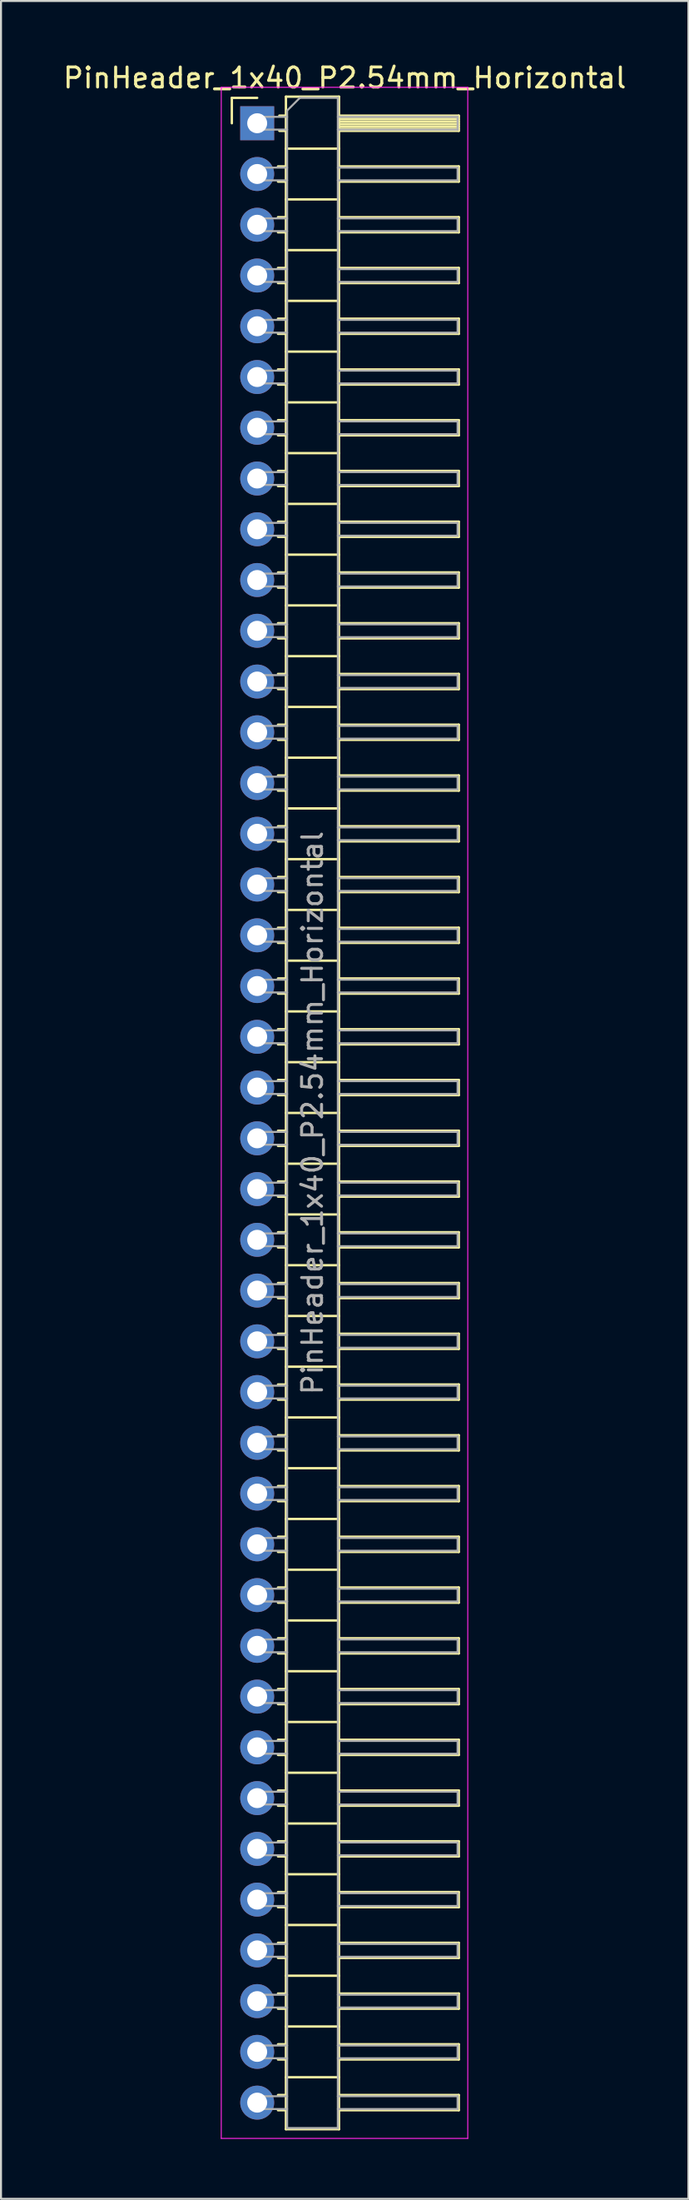
<source format=kicad_pcb>
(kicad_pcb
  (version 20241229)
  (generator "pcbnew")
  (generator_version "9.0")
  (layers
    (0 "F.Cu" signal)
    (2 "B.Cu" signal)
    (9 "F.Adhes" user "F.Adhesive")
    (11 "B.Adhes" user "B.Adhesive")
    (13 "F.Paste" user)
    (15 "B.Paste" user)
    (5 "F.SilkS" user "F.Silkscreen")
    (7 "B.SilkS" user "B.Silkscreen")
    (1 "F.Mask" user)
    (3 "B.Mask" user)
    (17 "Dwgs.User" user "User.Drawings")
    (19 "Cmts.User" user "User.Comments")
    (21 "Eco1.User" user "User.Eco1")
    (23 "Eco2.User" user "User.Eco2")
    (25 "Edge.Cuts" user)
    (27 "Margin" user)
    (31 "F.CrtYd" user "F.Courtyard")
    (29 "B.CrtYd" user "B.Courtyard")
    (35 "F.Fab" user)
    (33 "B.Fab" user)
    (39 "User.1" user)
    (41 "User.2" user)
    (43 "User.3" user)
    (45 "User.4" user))
  (footprint "PinHeader_1x40_P2.54mm_Horizontal"
    (layer "F.Cu")
    (at 9.835 3.118)
    (property "Reference" "PinHeader_1x40_P2.54mm_Horizontal" (at 4.385 -2.27 0) (layer "F.SilkS") (effects (font (size 1 1) (thickness 0.15))))
    (attr through_hole)
    (fp_line (start -1.27 -1.27) (end 0 -1.27) (stroke (width 0.12) (type solid)) (layer "F.SilkS"))
    (fp_line (start -1.27 0) (end -1.27 -1.27) (stroke (width 0.12) (type solid)) (layer "F.SilkS"))
    (fp_line (start 1.043 2.16) (end 1.44 2.16) (stroke (width 0.12) (type solid)) (layer "F.SilkS"))
    (fp_line (start 1.043 2.92) (end 1.44 2.92) (stroke (width 0.12) (type solid)) (layer "F.SilkS"))
    (fp_line (start 1.043 4.7) (end 1.44 4.7) (stroke (width 0.12) (type solid)) (layer "F.SilkS"))
    (fp_line (start 1.043 5.46) (end 1.44 5.46) (stroke (width 0.12) (type solid)) (layer "F.SilkS"))
    (fp_line (start 1.043 7.24) (end 1.44 7.24) (stroke (width 0.12) (type solid)) (layer "F.SilkS"))
    (fp_line (start 1.043 8) (end 1.44 8) (stroke (width 0.12) (type solid)) (layer "F.SilkS"))
    (fp_line (start 1.043 9.78) (end 1.44 9.78) (stroke (width 0.12) (type solid)) (layer "F.SilkS"))
    (fp_line (start 1.043 10.54) (end 1.44 10.54) (stroke (width 0.12) (type solid)) (layer "F.SilkS"))
    (fp_line (start 1.043 12.32) (end 1.44 12.32) (stroke (width 0.12) (type solid)) (layer "F.SilkS"))
    (fp_line (start 1.043 13.08) (end 1.44 13.08) (stroke (width 0.12) (type solid)) (layer "F.SilkS"))
    (fp_line (start 1.043 14.86) (end 1.44 14.86) (stroke (width 0.12) (type solid)) (layer "F.SilkS"))
    (fp_line (start 1.043 15.62) (end 1.44 15.62) (stroke (width 0.12) (type solid)) (layer "F.SilkS"))
    (fp_line (start 1.043 17.4) (end 1.44 17.4) (stroke (width 0.12) (type solid)) (layer "F.SilkS"))
    (fp_line (start 1.043 18.16) (end 1.44 18.16) (stroke (width 0.12) (type solid)) (layer "F.SilkS"))
    (fp_line (start 1.043 19.94) (end 1.44 19.94) (stroke (width 0.12) (type solid)) (layer "F.SilkS"))
    (fp_line (start 1.043 20.7) (end 1.44 20.7) (stroke (width 0.12) (type solid)) (layer "F.SilkS"))
    (fp_line (start 1.043 22.48) (end 1.44 22.48) (stroke (width 0.12) (type solid)) (layer "F.SilkS"))
    (fp_line (start 1.043 23.24) (end 1.44 23.24) (stroke (width 0.12) (type solid)) (layer "F.SilkS"))
    (fp_line (start 1.043 25.02) (end 1.44 25.02) (stroke (width 0.12) (type solid)) (layer "F.SilkS"))
    (fp_line (start 1.043 25.78) (end 1.44 25.78) (stroke (width 0.12) (type solid)) (layer "F.SilkS"))
    (fp_line (start 1.043 27.56) (end 1.44 27.56) (stroke (width 0.12) (type solid)) (layer "F.SilkS"))
    (fp_line (start 1.043 28.32) (end 1.44 28.32) (stroke (width 0.12) (type solid)) (layer "F.SilkS"))
    (fp_line (start 1.043 30.1) (end 1.44 30.1) (stroke (width 0.12) (type solid)) (layer "F.SilkS"))
    (fp_line (start 1.043 30.86) (end 1.44 30.86) (stroke (width 0.12) (type solid)) (layer "F.SilkS"))
    (fp_line (start 1.043 32.64) (end 1.44 32.64) (stroke (width 0.12) (type solid)) (layer "F.SilkS"))
    (fp_line (start 1.043 33.4) (end 1.44 33.4) (stroke (width 0.12) (type solid)) (layer "F.SilkS"))
    (fp_line (start 1.043 35.18) (end 1.44 35.18) (stroke (width 0.12) (type solid)) (layer "F.SilkS"))
    (fp_line (start 1.043 35.94) (end 1.44 35.94) (stroke (width 0.12) (type solid)) (layer "F.SilkS"))
    (fp_line (start 1.043 37.72) (end 1.44 37.72) (stroke (width 0.12) (type solid)) (layer "F.SilkS"))
    (fp_line (start 1.043 38.48) (end 1.44 38.48) (stroke (width 0.12) (type solid)) (layer "F.SilkS"))
    (fp_line (start 1.043 40.26) (end 1.44 40.26) (stroke (width 0.12) (type solid)) (layer "F.SilkS"))
    (fp_line (start 1.043 41.02) (end 1.44 41.02) (stroke (width 0.12) (type solid)) (layer "F.SilkS"))
    (fp_line (start 1.043 42.8) (end 1.44 42.8) (stroke (width 0.12) (type solid)) (layer "F.SilkS"))
    (fp_line (start 1.043 43.56) (end 1.44 43.56) (stroke (width 0.12) (type solid)) (layer "F.SilkS"))
    (fp_line (start 1.043 45.34) (end 1.44 45.34) (stroke (width 0.12) (type solid)) (layer "F.SilkS"))
    (fp_line (start 1.043 46.1) (end 1.44 46.1) (stroke (width 0.12) (type solid)) (layer "F.SilkS"))
    (fp_line (start 1.043 47.88) (end 1.44 47.88) (stroke (width 0.12) (type solid)) (layer "F.SilkS"))
    (fp_line (start 1.043 48.64) (end 1.44 48.64) (stroke (width 0.12) (type solid)) (layer "F.SilkS"))
    (fp_line (start 1.043 50.42) (end 1.44 50.42) (stroke (width 0.12) (type solid)) (layer "F.SilkS"))
    (fp_line (start 1.043 51.18) (end 1.44 51.18) (stroke (width 0.12) (type solid)) (layer "F.SilkS"))
    (fp_line (start 1.043 52.96) (end 1.44 52.96) (stroke (width 0.12) (type solid)) (layer "F.SilkS"))
    (fp_line (start 1.043 53.72) (end 1.44 53.72) (stroke (width 0.12) (type solid)) (layer "F.SilkS"))
    (fp_line (start 1.043 55.5) (end 1.44 55.5) (stroke (width 0.12) (type solid)) (layer "F.SilkS"))
    (fp_line (start 1.043 56.26) (end 1.44 56.26) (stroke (width 0.12) (type solid)) (layer "F.SilkS"))
    (fp_line (start 1.043 58.04) (end 1.44 58.04) (stroke (width 0.12) (type solid)) (layer "F.SilkS"))
    (fp_line (start 1.043 58.8) (end 1.44 58.8) (stroke (width 0.12) (type solid)) (layer "F.SilkS"))
    (fp_line (start 1.043 60.58) (end 1.44 60.58) (stroke (width 0.12) (type solid)) (layer "F.SilkS"))
    (fp_line (start 1.043 61.34) (end 1.44 61.34) (stroke (width 0.12) (type solid)) (layer "F.SilkS"))
    (fp_line (start 1.043 63.12) (end 1.44 63.12) (stroke (width 0.12) (type solid)) (layer "F.SilkS"))
    (fp_line (start 1.043 63.88) (end 1.44 63.88) (stroke (width 0.12) (type solid)) (layer "F.SilkS"))
    (fp_line (start 1.043 65.66) (end 1.44 65.66) (stroke (width 0.12) (type solid)) (layer "F.SilkS"))
    (fp_line (start 1.043 66.42) (end 1.44 66.42) (stroke (width 0.12) (type solid)) (layer "F.SilkS"))
    (fp_line (start 1.043 68.2) (end 1.44 68.2) (stroke (width 0.12) (type solid)) (layer "F.SilkS"))
    (fp_line (start 1.043 68.96) (end 1.44 68.96) (stroke (width 0.12) (type solid)) (layer "F.SilkS"))
    (fp_line (start 1.043 70.74) (end 1.44 70.74) (stroke (width 0.12) (type solid)) (layer "F.SilkS"))
    (fp_line (start 1.043 71.5) (end 1.44 71.5) (stroke (width 0.12) (type solid)) (layer "F.SilkS"))
    (fp_line (start 1.043 73.28) (end 1.44 73.28) (stroke (width 0.12) (type solid)) (layer "F.SilkS"))
    (fp_line (start 1.043 74.04) (end 1.44 74.04) (stroke (width 0.12) (type solid)) (layer "F.SilkS"))
    (fp_line (start 1.043 75.82) (end 1.44 75.82) (stroke (width 0.12) (type solid)) (layer "F.SilkS"))
    (fp_line (start 1.043 76.58) (end 1.44 76.58) (stroke (width 0.12) (type solid)) (layer "F.SilkS"))
    (fp_line (start 1.043 78.36) (end 1.44 78.36) (stroke (width 0.12) (type solid)) (layer "F.SilkS"))
    (fp_line (start 1.043 79.12) (end 1.44 79.12) (stroke (width 0.12) (type solid)) (layer "F.SilkS"))
    (fp_line (start 1.043 80.9) (end 1.44 80.9) (stroke (width 0.12) (type solid)) (layer "F.SilkS"))
    (fp_line (start 1.043 81.66) (end 1.44 81.66) (stroke (width 0.12) (type solid)) (layer "F.SilkS"))
    (fp_line (start 1.043 83.44) (end 1.44 83.44) (stroke (width 0.12) (type solid)) (layer "F.SilkS"))
    (fp_line (start 1.043 84.2) (end 1.44 84.2) (stroke (width 0.12) (type solid)) (layer "F.SilkS"))
    (fp_line (start 1.043 85.98) (end 1.44 85.98) (stroke (width 0.12) (type solid)) (layer "F.SilkS"))
    (fp_line (start 1.043 86.74) (end 1.44 86.74) (stroke (width 0.12) (type solid)) (layer "F.SilkS"))
    (fp_line (start 1.043 88.52) (end 1.44 88.52) (stroke (width 0.12) (type solid)) (layer "F.SilkS"))
    (fp_line (start 1.043 89.28) (end 1.44 89.28) (stroke (width 0.12) (type solid)) (layer "F.SilkS"))
    (fp_line (start 1.043 91.06) (end 1.44 91.06) (stroke (width 0.12) (type solid)) (layer "F.SilkS"))
    (fp_line (start 1.043 91.82) (end 1.44 91.82) (stroke (width 0.12) (type solid)) (layer "F.SilkS"))
    (fp_line (start 1.043 93.6) (end 1.44 93.6) (stroke (width 0.12) (type solid)) (layer "F.SilkS"))
    (fp_line (start 1.043 94.36) (end 1.44 94.36) (stroke (width 0.12) (type solid)) (layer "F.SilkS"))
    (fp_line (start 1.043 96.14) (end 1.44 96.14) (stroke (width 0.12) (type solid)) (layer "F.SilkS"))
    (fp_line (start 1.043 96.9) (end 1.44 96.9) (stroke (width 0.12) (type solid)) (layer "F.SilkS"))
    (fp_line (start 1.043 98.68) (end 1.44 98.68) (stroke (width 0.12) (type solid)) (layer "F.SilkS"))
    (fp_line (start 1.043 99.44) (end 1.44 99.44) (stroke (width 0.12) (type solid)) (layer "F.SilkS"))
    (fp_line (start 1.11 -0.38) (end 1.44 -0.38) (stroke (width 0.12) (type solid)) (layer "F.SilkS"))
    (fp_line (start 1.11 0.38) (end 1.44 0.38) (stroke (width 0.12) (type solid)) (layer "F.SilkS"))
    (fp_line (start 1.44 -1.33) (end 1.44 100.39) (stroke (width 0.12) (type solid)) (layer "F.SilkS"))
    (fp_line (start 1.44 1.27) (end 4.1 1.27) (stroke (width 0.12) (type solid)) (layer "F.SilkS"))
    (fp_line (start 1.44 3.81) (end 4.1 3.81) (stroke (width 0.12) (type solid)) (layer "F.SilkS"))
    (fp_line (start 1.44 6.35) (end 4.1 6.35) (stroke (width 0.12) (type solid)) (layer "F.SilkS"))
    (fp_line (start 1.44 8.89) (end 4.1 8.89) (stroke (width 0.12) (type solid)) (layer "F.SilkS"))
    (fp_line (start 1.44 11.43) (end 4.1 11.43) (stroke (width 0.12) (type solid)) (layer "F.SilkS"))
    (fp_line (start 1.44 13.97) (end 4.1 13.97) (stroke (width 0.12) (type solid)) (layer "F.SilkS"))
    (fp_line (start 1.44 16.51) (end 4.1 16.51) (stroke (width 0.12) (type solid)) (layer "F.SilkS"))
    (fp_line (start 1.44 19.05) (end 4.1 19.05) (stroke (width 0.12) (type solid)) (layer "F.SilkS"))
    (fp_line (start 1.44 21.59) (end 4.1 21.59) (stroke (width 0.12) (type solid)) (layer "F.SilkS"))
    (fp_line (start 1.44 24.13) (end 4.1 24.13) (stroke (width 0.12) (type solid)) (layer "F.SilkS"))
    (fp_line (start 1.44 26.67) (end 4.1 26.67) (stroke (width 0.12) (type solid)) (layer "F.SilkS"))
    (fp_line (start 1.44 29.21) (end 4.1 29.21) (stroke (width 0.12) (type solid)) (layer "F.SilkS"))
    (fp_line (start 1.44 31.75) (end 4.1 31.75) (stroke (width 0.12) (type solid)) (layer "F.SilkS"))
    (fp_line (start 1.44 34.29) (end 4.1 34.29) (stroke (width 0.12) (type solid)) (layer "F.SilkS"))
    (fp_line (start 1.44 36.83) (end 4.1 36.83) (stroke (width 0.12) (type solid)) (layer "F.SilkS"))
    (fp_line (start 1.44 39.37) (end 4.1 39.37) (stroke (width 0.12) (type solid)) (layer "F.SilkS"))
    (fp_line (start 1.44 41.91) (end 4.1 41.91) (stroke (width 0.12) (type solid)) (layer "F.SilkS"))
    (fp_line (start 1.44 44.45) (end 4.1 44.45) (stroke (width 0.12) (type solid)) (layer "F.SilkS"))
    (fp_line (start 1.44 46.99) (end 4.1 46.99) (stroke (width 0.12) (type solid)) (layer "F.SilkS"))
    (fp_line (start 1.44 49.53) (end 4.1 49.53) (stroke (width 0.12) (type solid)) (layer "F.SilkS"))
    (fp_line (start 1.44 52.07) (end 4.1 52.07) (stroke (width 0.12) (type solid)) (layer "F.SilkS"))
    (fp_line (start 1.44 54.61) (end 4.1 54.61) (stroke (width 0.12) (type solid)) (layer "F.SilkS"))
    (fp_line (start 1.44 57.15) (end 4.1 57.15) (stroke (width 0.12) (type solid)) (layer "F.SilkS"))
    (fp_line (start 1.44 59.69) (end 4.1 59.69) (stroke (width 0.12) (type solid)) (layer "F.SilkS"))
    (fp_line (start 1.44 62.23) (end 4.1 62.23) (stroke (width 0.12) (type solid)) (layer "F.SilkS"))
    (fp_line (start 1.44 64.77) (end 4.1 64.77) (stroke (width 0.12) (type solid)) (layer "F.SilkS"))
    (fp_line (start 1.44 67.31) (end 4.1 67.31) (stroke (width 0.12) (type solid)) (layer "F.SilkS"))
    (fp_line (start 1.44 69.85) (end 4.1 69.85) (stroke (width 0.12) (type solid)) (layer "F.SilkS"))
    (fp_line (start 1.44 72.39) (end 4.1 72.39) (stroke (width 0.12) (type solid)) (layer "F.SilkS"))
    (fp_line (start 1.44 74.93) (end 4.1 74.93) (stroke (width 0.12) (type solid)) (layer "F.SilkS"))
    (fp_line (start 1.44 77.47) (end 4.1 77.47) (stroke (width 0.12) (type solid)) (layer "F.SilkS"))
    (fp_line (start 1.44 80.01) (end 4.1 80.01) (stroke (width 0.12) (type solid)) (layer "F.SilkS"))
    (fp_line (start 1.44 82.55) (end 4.1 82.55) (stroke (width 0.12) (type solid)) (layer "F.SilkS"))
    (fp_line (start 1.44 85.09) (end 4.1 85.09) (stroke (width 0.12) (type solid)) (layer "F.SilkS"))
    (fp_line (start 1.44 87.63) (end 4.1 87.63) (stroke (width 0.12) (type solid)) (layer "F.SilkS"))
    (fp_line (start 1.44 90.17) (end 4.1 90.17) (stroke (width 0.12) (type solid)) (layer "F.SilkS"))
    (fp_line (start 1.44 92.71) (end 4.1 92.71) (stroke (width 0.12) (type solid)) (layer "F.SilkS"))
    (fp_line (start 1.44 95.25) (end 4.1 95.25) (stroke (width 0.12) (type solid)) (layer "F.SilkS"))
    (fp_line (start 1.44 97.79) (end 4.1 97.79) (stroke (width 0.12) (type solid)) (layer "F.SilkS"))
    (fp_line (start 1.44 100.39) (end 4.1 100.39) (stroke (width 0.12) (type solid)) (layer "F.SilkS"))
    (fp_line (start 4.1 -1.33) (end 1.44 -1.33) (stroke (width 0.12) (type solid)) (layer "F.SilkS"))
    (fp_line (start 4.1 -0.38) (end 10.1 -0.38) (stroke (width 0.12) (type solid)) (layer "F.SilkS"))
    (fp_line (start 4.1 -0.32) (end 10.1 -0.32) (stroke (width 0.12) (type solid)) (layer "F.SilkS"))
    (fp_line (start 4.1 -0.2) (end 10.1 -0.2) (stroke (width 0.12) (type solid)) (layer "F.SilkS"))
    (fp_line (start 4.1 -0.08) (end 10.1 -0.08) (stroke (width 0.12) (type solid)) (layer "F.SilkS"))
    (fp_line (start 4.1 0.04) (end 10.1 0.04) (stroke (width 0.12) (type solid)) (layer "F.SilkS"))
    (fp_line (start 4.1 0.16) (end 10.1 0.16) (stroke (width 0.12) (type solid)) (layer "F.SilkS"))
    (fp_line (start 4.1 0.28) (end 10.1 0.28) (stroke (width 0.12) (type solid)) (layer "F.SilkS"))
    (fp_line (start 4.1 2.16) (end 10.1 2.16) (stroke (width 0.12) (type solid)) (layer "F.SilkS"))
    (fp_line (start 4.1 4.7) (end 10.1 4.7) (stroke (width 0.12) (type solid)) (layer "F.SilkS"))
    (fp_line (start 4.1 7.24) (end 10.1 7.24) (stroke (width 0.12) (type solid)) (layer "F.SilkS"))
    (fp_line (start 4.1 9.78) (end 10.1 9.78) (stroke (width 0.12) (type solid)) (layer "F.SilkS"))
    (fp_line (start 4.1 12.32) (end 10.1 12.32) (stroke (width 0.12) (type solid)) (layer "F.SilkS"))
    (fp_line (start 4.1 14.86) (end 10.1 14.86) (stroke (width 0.12) (type solid)) (layer "F.SilkS"))
    (fp_line (start 4.1 17.4) (end 10.1 17.4) (stroke (width 0.12) (type solid)) (layer "F.SilkS"))
    (fp_line (start 4.1 19.94) (end 10.1 19.94) (stroke (width 0.12) (type solid)) (layer "F.SilkS"))
    (fp_line (start 4.1 22.48) (end 10.1 22.48) (stroke (width 0.12) (type solid)) (layer "F.SilkS"))
    (fp_line (start 4.1 25.02) (end 10.1 25.02) (stroke (width 0.12) (type solid)) (layer "F.SilkS"))
    (fp_line (start 4.1 27.56) (end 10.1 27.56) (stroke (width 0.12) (type solid)) (layer "F.SilkS"))
    (fp_line (start 4.1 30.1) (end 10.1 30.1) (stroke (width 0.12) (type solid)) (layer "F.SilkS"))
    (fp_line (start 4.1 32.64) (end 10.1 32.64) (stroke (width 0.12) (type solid)) (layer "F.SilkS"))
    (fp_line (start 4.1 35.18) (end 10.1 35.18) (stroke (width 0.12) (type solid)) (layer "F.SilkS"))
    (fp_line (start 4.1 37.72) (end 10.1 37.72) (stroke (width 0.12) (type solid)) (layer "F.SilkS"))
    (fp_line (start 4.1 40.26) (end 10.1 40.26) (stroke (width 0.12) (type solid)) (layer "F.SilkS"))
    (fp_line (start 4.1 42.8) (end 10.1 42.8) (stroke (width 0.12) (type solid)) (layer "F.SilkS"))
    (fp_line (start 4.1 45.34) (end 10.1 45.34) (stroke (width 0.12) (type solid)) (layer "F.SilkS"))
    (fp_line (start 4.1 47.88) (end 10.1 47.88) (stroke (width 0.12) (type solid)) (layer "F.SilkS"))
    (fp_line (start 4.1 50.42) (end 10.1 50.42) (stroke (width 0.12) (type solid)) (layer "F.SilkS"))
    (fp_line (start 4.1 52.96) (end 10.1 52.96) (stroke (width 0.12) (type solid)) (layer "F.SilkS"))
    (fp_line (start 4.1 55.5) (end 10.1 55.5) (stroke (width 0.12) (type solid)) (layer "F.SilkS"))
    (fp_line (start 4.1 58.04) (end 10.1 58.04) (stroke (width 0.12) (type solid)) (layer "F.SilkS"))
    (fp_line (start 4.1 60.58) (end 10.1 60.58) (stroke (width 0.12) (type solid)) (layer "F.SilkS"))
    (fp_line (start 4.1 63.12) (end 10.1 63.12) (stroke (width 0.12) (type solid)) (layer "F.SilkS"))
    (fp_line (start 4.1 65.66) (end 10.1 65.66) (stroke (width 0.12) (type solid)) (layer "F.SilkS"))
    (fp_line (start 4.1 68.2) (end 10.1 68.2) (stroke (width 0.12) (type solid)) (layer "F.SilkS"))
    (fp_line (start 4.1 70.74) (end 10.1 70.74) (stroke (width 0.12) (type solid)) (layer "F.SilkS"))
    (fp_line (start 4.1 73.28) (end 10.1 73.28) (stroke (width 0.12) (type solid)) (layer "F.SilkS"))
    (fp_line (start 4.1 75.82) (end 10.1 75.82) (stroke (width 0.12) (type solid)) (layer "F.SilkS"))
    (fp_line (start 4.1 78.36) (end 10.1 78.36) (stroke (width 0.12) (type solid)) (layer "F.SilkS"))
    (fp_line (start 4.1 80.9) (end 10.1 80.9) (stroke (width 0.12) (type solid)) (layer "F.SilkS"))
    (fp_line (start 4.1 83.44) (end 10.1 83.44) (stroke (width 0.12) (type solid)) (layer "F.SilkS"))
    (fp_line (start 4.1 85.98) (end 10.1 85.98) (stroke (width 0.12) (type solid)) (layer "F.SilkS"))
    (fp_line (start 4.1 88.52) (end 10.1 88.52) (stroke (width 0.12) (type solid)) (layer "F.SilkS"))
    (fp_line (start 4.1 91.06) (end 10.1 91.06) (stroke (width 0.12) (type solid)) (layer "F.SilkS"))
    (fp_line (start 4.1 93.6) (end 10.1 93.6) (stroke (width 0.12) (type solid)) (layer "F.SilkS"))
    (fp_line (start 4.1 96.14) (end 10.1 96.14) (stroke (width 0.12) (type solid)) (layer "F.SilkS"))
    (fp_line (start 4.1 98.68) (end 10.1 98.68) (stroke (width 0.12) (type solid)) (layer "F.SilkS"))
    (fp_line (start 4.1 100.39) (end 4.1 -1.33) (stroke (width 0.12) (type solid)) (layer "F.SilkS"))
    (fp_line (start 10.1 -0.38) (end 10.1 0.38) (stroke (width 0.12) (type solid)) (layer "F.SilkS"))
    (fp_line (start 10.1 0.38) (end 4.1 0.38) (stroke (width 0.12) (type solid)) (layer "F.SilkS"))
    (fp_line (start 10.1 2.16) (end 10.1 2.92) (stroke (width 0.12) (type solid)) (layer "F.SilkS"))
    (fp_line (start 10.1 2.92) (end 4.1 2.92) (stroke (width 0.12) (type solid)) (layer "F.SilkS"))
    (fp_line (start 10.1 4.7) (end 10.1 5.46) (stroke (width 0.12) (type solid)) (layer "F.SilkS"))
    (fp_line (start 10.1 5.46) (end 4.1 5.46) (stroke (width 0.12) (type solid)) (layer "F.SilkS"))
    (fp_line (start 10.1 7.24) (end 10.1 8) (stroke (width 0.12) (type solid)) (layer "F.SilkS"))
    (fp_line (start 10.1 8) (end 4.1 8) (stroke (width 0.12) (type solid)) (layer "F.SilkS"))
    (fp_line (start 10.1 9.78) (end 10.1 10.54) (stroke (width 0.12) (type solid)) (layer "F.SilkS"))
    (fp_line (start 10.1 10.54) (end 4.1 10.54) (stroke (width 0.12) (type solid)) (layer "F.SilkS"))
    (fp_line (start 10.1 12.32) (end 10.1 13.08) (stroke (width 0.12) (type solid)) (layer "F.SilkS"))
    (fp_line (start 10.1 13.08) (end 4.1 13.08) (stroke (width 0.12) (type solid)) (layer "F.SilkS"))
    (fp_line (start 10.1 14.86) (end 10.1 15.62) (stroke (width 0.12) (type solid)) (layer "F.SilkS"))
    (fp_line (start 10.1 15.62) (end 4.1 15.62) (stroke (width 0.12) (type solid)) (layer "F.SilkS"))
    (fp_line (start 10.1 17.4) (end 10.1 18.16) (stroke (width 0.12) (type solid)) (layer "F.SilkS"))
    (fp_line (start 10.1 18.16) (end 4.1 18.16) (stroke (width 0.12) (type solid)) (layer "F.SilkS"))
    (fp_line (start 10.1 19.94) (end 10.1 20.7) (stroke (width 0.12) (type solid)) (layer "F.SilkS"))
    (fp_line (start 10.1 20.7) (end 4.1 20.7) (stroke (width 0.12) (type solid)) (layer "F.SilkS"))
    (fp_line (start 10.1 22.48) (end 10.1 23.24) (stroke (width 0.12) (type solid)) (layer "F.SilkS"))
    (fp_line (start 10.1 23.24) (end 4.1 23.24) (stroke (width 0.12) (type solid)) (layer "F.SilkS"))
    (fp_line (start 10.1 25.02) (end 10.1 25.78) (stroke (width 0.12) (type solid)) (layer "F.SilkS"))
    (fp_line (start 10.1 25.78) (end 4.1 25.78) (stroke (width 0.12) (type solid)) (layer "F.SilkS"))
    (fp_line (start 10.1 27.56) (end 10.1 28.32) (stroke (width 0.12) (type solid)) (layer "F.SilkS"))
    (fp_line (start 10.1 28.32) (end 4.1 28.32) (stroke (width 0.12) (type solid)) (layer "F.SilkS"))
    (fp_line (start 10.1 30.1) (end 10.1 30.86) (stroke (width 0.12) (type solid)) (layer "F.SilkS"))
    (fp_line (start 10.1 30.86) (end 4.1 30.86) (stroke (width 0.12) (type solid)) (layer "F.SilkS"))
    (fp_line (start 10.1 32.64) (end 10.1 33.4) (stroke (width 0.12) (type solid)) (layer "F.SilkS"))
    (fp_line (start 10.1 33.4) (end 4.1 33.4) (stroke (width 0.12) (type solid)) (layer "F.SilkS"))
    (fp_line (start 10.1 35.18) (end 10.1 35.94) (stroke (width 0.12) (type solid)) (layer "F.SilkS"))
    (fp_line (start 10.1 35.94) (end 4.1 35.94) (stroke (width 0.12) (type solid)) (layer "F.SilkS"))
    (fp_line (start 10.1 37.72) (end 10.1 38.48) (stroke (width 0.12) (type solid)) (layer "F.SilkS"))
    (fp_line (start 10.1 38.48) (end 4.1 38.48) (stroke (width 0.12) (type solid)) (layer "F.SilkS"))
    (fp_line (start 10.1 40.26) (end 10.1 41.02) (stroke (width 0.12) (type solid)) (layer "F.SilkS"))
    (fp_line (start 10.1 41.02) (end 4.1 41.02) (stroke (width 0.12) (type solid)) (layer "F.SilkS"))
    (fp_line (start 10.1 42.8) (end 10.1 43.56) (stroke (width 0.12) (type solid)) (layer "F.SilkS"))
    (fp_line (start 10.1 43.56) (end 4.1 43.56) (stroke (width 0.12) (type solid)) (layer "F.SilkS"))
    (fp_line (start 10.1 45.34) (end 10.1 46.1) (stroke (width 0.12) (type solid)) (layer "F.SilkS"))
    (fp_line (start 10.1 46.1) (end 4.1 46.1) (stroke (width 0.12) (type solid)) (layer "F.SilkS"))
    (fp_line (start 10.1 47.88) (end 10.1 48.64) (stroke (width 0.12) (type solid)) (layer "F.SilkS"))
    (fp_line (start 10.1 48.64) (end 4.1 48.64) (stroke (width 0.12) (type solid)) (layer "F.SilkS"))
    (fp_line (start 10.1 50.42) (end 10.1 51.18) (stroke (width 0.12) (type solid)) (layer "F.SilkS"))
    (fp_line (start 10.1 51.18) (end 4.1 51.18) (stroke (width 0.12) (type solid)) (layer "F.SilkS"))
    (fp_line (start 10.1 52.96) (end 10.1 53.72) (stroke (width 0.12) (type solid)) (layer "F.SilkS"))
    (fp_line (start 10.1 53.72) (end 4.1 53.72) (stroke (width 0.12) (type solid)) (layer "F.SilkS"))
    (fp_line (start 10.1 55.5) (end 10.1 56.26) (stroke (width 0.12) (type solid)) (layer "F.SilkS"))
    (fp_line (start 10.1 56.26) (end 4.1 56.26) (stroke (width 0.12) (type solid)) (layer "F.SilkS"))
    (fp_line (start 10.1 58.04) (end 10.1 58.8) (stroke (width 0.12) (type solid)) (layer "F.SilkS"))
    (fp_line (start 10.1 58.8) (end 4.1 58.8) (stroke (width 0.12) (type solid)) (layer "F.SilkS"))
    (fp_line (start 10.1 60.58) (end 10.1 61.34) (stroke (width 0.12) (type solid)) (layer "F.SilkS"))
    (fp_line (start 10.1 61.34) (end 4.1 61.34) (stroke (width 0.12) (type solid)) (layer "F.SilkS"))
    (fp_line (start 10.1 63.12) (end 10.1 63.88) (stroke (width 0.12) (type solid)) (layer "F.SilkS"))
    (fp_line (start 10.1 63.88) (end 4.1 63.88) (stroke (width 0.12) (type solid)) (layer "F.SilkS"))
    (fp_line (start 10.1 65.66) (end 10.1 66.42) (stroke (width 0.12) (type solid)) (layer "F.SilkS"))
    (fp_line (start 10.1 66.42) (end 4.1 66.42) (stroke (width 0.12) (type solid)) (layer "F.SilkS"))
    (fp_line (start 10.1 68.2) (end 10.1 68.96) (stroke (width 0.12) (type solid)) (layer "F.SilkS"))
    (fp_line (start 10.1 68.96) (end 4.1 68.96) (stroke (width 0.12) (type solid)) (layer "F.SilkS"))
    (fp_line (start 10.1 70.74) (end 10.1 71.5) (stroke (width 0.12) (type solid)) (layer "F.SilkS"))
    (fp_line (start 10.1 71.5) (end 4.1 71.5) (stroke (width 0.12) (type solid)) (layer "F.SilkS"))
    (fp_line (start 10.1 73.28) (end 10.1 74.04) (stroke (width 0.12) (type solid)) (layer "F.SilkS"))
    (fp_line (start 10.1 74.04) (end 4.1 74.04) (stroke (width 0.12) (type solid)) (layer "F.SilkS"))
    (fp_line (start 10.1 75.82) (end 10.1 76.58) (stroke (width 0.12) (type solid)) (layer "F.SilkS"))
    (fp_line (start 10.1 76.58) (end 4.1 76.58) (stroke (width 0.12) (type solid)) (layer "F.SilkS"))
    (fp_line (start 10.1 78.36) (end 10.1 79.12) (stroke (width 0.12) (type solid)) (layer "F.SilkS"))
    (fp_line (start 10.1 79.12) (end 4.1 79.12) (stroke (width 0.12) (type solid)) (layer "F.SilkS"))
    (fp_line (start 10.1 80.9) (end 10.1 81.66) (stroke (width 0.12) (type solid)) (layer "F.SilkS"))
    (fp_line (start 10.1 81.66) (end 4.1 81.66) (stroke (width 0.12) (type solid)) (layer "F.SilkS"))
    (fp_line (start 10.1 83.44) (end 10.1 84.2) (stroke (width 0.12) (type solid)) (layer "F.SilkS"))
    (fp_line (start 10.1 84.2) (end 4.1 84.2) (stroke (width 0.12) (type solid)) (layer "F.SilkS"))
    (fp_line (start 10.1 85.98) (end 10.1 86.74) (stroke (width 0.12) (type solid)) (layer "F.SilkS"))
    (fp_line (start 10.1 86.74) (end 4.1 86.74) (stroke (width 0.12) (type solid)) (layer "F.SilkS"))
    (fp_line (start 10.1 88.52) (end 10.1 89.28) (stroke (width 0.12) (type solid)) (layer "F.SilkS"))
    (fp_line (start 10.1 89.28) (end 4.1 89.28) (stroke (width 0.12) (type solid)) (layer "F.SilkS"))
    (fp_line (start 10.1 91.06) (end 10.1 91.82) (stroke (width 0.12) (type solid)) (layer "F.SilkS"))
    (fp_line (start 10.1 91.82) (end 4.1 91.82) (stroke (width 0.12) (type solid)) (layer "F.SilkS"))
    (fp_line (start 10.1 93.6) (end 10.1 94.36) (stroke (width 0.12) (type solid)) (layer "F.SilkS"))
    (fp_line (start 10.1 94.36) (end 4.1 94.36) (stroke (width 0.12) (type solid)) (layer "F.SilkS"))
    (fp_line (start 10.1 96.14) (end 10.1 96.9) (stroke (width 0.12) (type solid)) (layer "F.SilkS"))
    (fp_line (start 10.1 96.9) (end 4.1 96.9) (stroke (width 0.12) (type solid)) (layer "F.SilkS"))
    (fp_line (start 10.1 98.68) (end 10.1 99.44) (stroke (width 0.12) (type solid)) (layer "F.SilkS"))
    (fp_line (start 10.1 99.44) (end 4.1 99.44) (stroke (width 0.12) (type solid)) (layer "F.SilkS"))
    (fp_line (start -1.8 -1.8) (end -1.8 100.85) (stroke (width 0.05) (type solid)) (layer "F.CrtYd"))
    (fp_line (start -1.8 100.85) (end 10.55 100.85) (stroke (width 0.05) (type solid)) (layer "F.CrtYd"))
    (fp_line (start 10.55 -1.8) (end -1.8 -1.8) (stroke (width 0.05) (type solid)) (layer "F.CrtYd"))
    (fp_line (start 10.55 100.85) (end 10.55 -1.8) (stroke (width 0.05) (type solid)) (layer "F.CrtYd"))
    (fp_line (start -0.32 -0.32) (end -0.32 0.32) (stroke (width 0.1) (type solid)) (layer "F.Fab"))
    (fp_line (start -0.32 -0.32) (end 1.5 -0.32) (stroke (width 0.1) (type solid)) (layer "F.Fab"))
    (fp_line (start -0.32 0.32) (end 1.5 0.32) (stroke (width 0.1) (type solid)) (layer "F.Fab"))
    (fp_line (start -0.32 2.22) (end -0.32 2.86) (stroke (width 0.1) (type solid)) (layer "F.Fab"))
    (fp_line (start -0.32 2.22) (end 1.5 2.22) (stroke (width 0.1) (type solid)) (layer "F.Fab"))
    (fp_line (start -0.32 2.86) (end 1.5 2.86) (stroke (width 0.1) (type solid)) (layer "F.Fab"))
    (fp_line (start -0.32 4.76) (end -0.32 5.4) (stroke (width 0.1) (type solid)) (layer "F.Fab"))
    (fp_line (start -0.32 4.76) (end 1.5 4.76) (stroke (width 0.1) (type solid)) (layer "F.Fab"))
    (fp_line (start -0.32 5.4) (end 1.5 5.4) (stroke (width 0.1) (type solid)) (layer "F.Fab"))
    (fp_line (start -0.32 7.3) (end -0.32 7.94) (stroke (width 0.1) (type solid)) (layer "F.Fab"))
    (fp_line (start -0.32 7.3) (end 1.5 7.3) (stroke (width 0.1) (type solid)) (layer "F.Fab"))
    (fp_line (start -0.32 7.94) (end 1.5 7.94) (stroke (width 0.1) (type solid)) (layer "F.Fab"))
    (fp_line (start -0.32 9.84) (end -0.32 10.48) (stroke (width 0.1) (type solid)) (layer "F.Fab"))
    (fp_line (start -0.32 9.84) (end 1.5 9.84) (stroke (width 0.1) (type solid)) (layer "F.Fab"))
    (fp_line (start -0.32 10.48) (end 1.5 10.48) (stroke (width 0.1) (type solid)) (layer "F.Fab"))
    (fp_line (start -0.32 12.38) (end -0.32 13.02) (stroke (width 0.1) (type solid)) (layer "F.Fab"))
    (fp_line (start -0.32 12.38) (end 1.5 12.38) (stroke (width 0.1) (type solid)) (layer "F.Fab"))
    (fp_line (start -0.32 13.02) (end 1.5 13.02) (stroke (width 0.1) (type solid)) (layer "F.Fab"))
    (fp_line (start -0.32 14.92) (end -0.32 15.56) (stroke (width 0.1) (type solid)) (layer "F.Fab"))
    (fp_line (start -0.32 14.92) (end 1.5 14.92) (stroke (width 0.1) (type solid)) (layer "F.Fab"))
    (fp_line (start -0.32 15.56) (end 1.5 15.56) (stroke (width 0.1) (type solid)) (layer "F.Fab"))
    (fp_line (start -0.32 17.46) (end -0.32 18.1) (stroke (width 0.1) (type solid)) (layer "F.Fab"))
    (fp_line (start -0.32 17.46) (end 1.5 17.46) (stroke (width 0.1) (type solid)) (layer "F.Fab"))
    (fp_line (start -0.32 18.1) (end 1.5 18.1) (stroke (width 0.1) (type solid)) (layer "F.Fab"))
    (fp_line (start -0.32 20) (end -0.32 20.64) (stroke (width 0.1) (type solid)) (layer "F.Fab"))
    (fp_line (start -0.32 20) (end 1.5 20) (stroke (width 0.1) (type solid)) (layer "F.Fab"))
    (fp_line (start -0.32 20.64) (end 1.5 20.64) (stroke (width 0.1) (type solid)) (layer "F.Fab"))
    (fp_line (start -0.32 22.54) (end -0.32 23.18) (stroke (width 0.1) (type solid)) (layer "F.Fab"))
    (fp_line (start -0.32 22.54) (end 1.5 22.54) (stroke (width 0.1) (type solid)) (layer "F.Fab"))
    (fp_line (start -0.32 23.18) (end 1.5 23.18) (stroke (width 0.1) (type solid)) (layer "F.Fab"))
    (fp_line (start -0.32 25.08) (end -0.32 25.72) (stroke (width 0.1) (type solid)) (layer "F.Fab"))
    (fp_line (start -0.32 25.08) (end 1.5 25.08) (stroke (width 0.1) (type solid)) (layer "F.Fab"))
    (fp_line (start -0.32 25.72) (end 1.5 25.72) (stroke (width 0.1) (type solid)) (layer "F.Fab"))
    (fp_line (start -0.32 27.62) (end -0.32 28.26) (stroke (width 0.1) (type solid)) (layer "F.Fab"))
    (fp_line (start -0.32 27.62) (end 1.5 27.62) (stroke (width 0.1) (type solid)) (layer "F.Fab"))
    (fp_line (start -0.32 28.26) (end 1.5 28.26) (stroke (width 0.1) (type solid)) (layer "F.Fab"))
    (fp_line (start -0.32 30.16) (end -0.32 30.8) (stroke (width 0.1) (type solid)) (layer "F.Fab"))
    (fp_line (start -0.32 30.16) (end 1.5 30.16) (stroke (width 0.1) (type solid)) (layer "F.Fab"))
    (fp_line (start -0.32 30.8) (end 1.5 30.8) (stroke (width 0.1) (type solid)) (layer "F.Fab"))
    (fp_line (start -0.32 32.7) (end -0.32 33.34) (stroke (width 0.1) (type solid)) (layer "F.Fab"))
    (fp_line (start -0.32 32.7) (end 1.5 32.7) (stroke (width 0.1) (type solid)) (layer "F.Fab"))
    (fp_line (start -0.32 33.34) (end 1.5 33.34) (stroke (width 0.1) (type solid)) (layer "F.Fab"))
    (fp_line (start -0.32 35.24) (end -0.32 35.88) (stroke (width 0.1) (type solid)) (layer "F.Fab"))
    (fp_line (start -0.32 35.24) (end 1.5 35.24) (stroke (width 0.1) (type solid)) (layer "F.Fab"))
    (fp_line (start -0.32 35.88) (end 1.5 35.88) (stroke (width 0.1) (type solid)) (layer "F.Fab"))
    (fp_line (start -0.32 37.78) (end -0.32 38.42) (stroke (width 0.1) (type solid)) (layer "F.Fab"))
    (fp_line (start -0.32 37.78) (end 1.5 37.78) (stroke (width 0.1) (type solid)) (layer "F.Fab"))
    (fp_line (start -0.32 38.42) (end 1.5 38.42) (stroke (width 0.1) (type solid)) (layer "F.Fab"))
    (fp_line (start -0.32 40.32) (end -0.32 40.96) (stroke (width 0.1) (type solid)) (layer "F.Fab"))
    (fp_line (start -0.32 40.32) (end 1.5 40.32) (stroke (width 0.1) (type solid)) (layer "F.Fab"))
    (fp_line (start -0.32 40.96) (end 1.5 40.96) (stroke (width 0.1) (type solid)) (layer "F.Fab"))
    (fp_line (start -0.32 42.86) (end -0.32 43.5) (stroke (width 0.1) (type solid)) (layer "F.Fab"))
    (fp_line (start -0.32 42.86) (end 1.5 42.86) (stroke (width 0.1) (type solid)) (layer "F.Fab"))
    (fp_line (start -0.32 43.5) (end 1.5 43.5) (stroke (width 0.1) (type solid)) (layer "F.Fab"))
    (fp_line (start -0.32 45.4) (end -0.32 46.04) (stroke (width 0.1) (type solid)) (layer "F.Fab"))
    (fp_line (start -0.32 45.4) (end 1.5 45.4) (stroke (width 0.1) (type solid)) (layer "F.Fab"))
    (fp_line (start -0.32 46.04) (end 1.5 46.04) (stroke (width 0.1) (type solid)) (layer "F.Fab"))
    (fp_line (start -0.32 47.94) (end -0.32 48.58) (stroke (width 0.1) (type solid)) (layer "F.Fab"))
    (fp_line (start -0.32 47.94) (end 1.5 47.94) (stroke (width 0.1) (type solid)) (layer "F.Fab"))
    (fp_line (start -0.32 48.58) (end 1.5 48.58) (stroke (width 0.1) (type solid)) (layer "F.Fab"))
    (fp_line (start -0.32 50.48) (end -0.32 51.12) (stroke (width 0.1) (type solid)) (layer "F.Fab"))
    (fp_line (start -0.32 50.48) (end 1.5 50.48) (stroke (width 0.1) (type solid)) (layer "F.Fab"))
    (fp_line (start -0.32 51.12) (end 1.5 51.12) (stroke (width 0.1) (type solid)) (layer "F.Fab"))
    (fp_line (start -0.32 53.02) (end -0.32 53.66) (stroke (width 0.1) (type solid)) (layer "F.Fab"))
    (fp_line (start -0.32 53.02) (end 1.5 53.02) (stroke (width 0.1) (type solid)) (layer "F.Fab"))
    (fp_line (start -0.32 53.66) (end 1.5 53.66) (stroke (width 0.1) (type solid)) (layer "F.Fab"))
    (fp_line (start -0.32 55.56) (end -0.32 56.2) (stroke (width 0.1) (type solid)) (layer "F.Fab"))
    (fp_line (start -0.32 55.56) (end 1.5 55.56) (stroke (width 0.1) (type solid)) (layer "F.Fab"))
    (fp_line (start -0.32 56.2) (end 1.5 56.2) (stroke (width 0.1) (type solid)) (layer "F.Fab"))
    (fp_line (start -0.32 58.1) (end -0.32 58.74) (stroke (width 0.1) (type solid)) (layer "F.Fab"))
    (fp_line (start -0.32 58.1) (end 1.5 58.1) (stroke (width 0.1) (type solid)) (layer "F.Fab"))
    (fp_line (start -0.32 58.74) (end 1.5 58.74) (stroke (width 0.1) (type solid)) (layer "F.Fab"))
    (fp_line (start -0.32 60.64) (end -0.32 61.28) (stroke (width 0.1) (type solid)) (layer "F.Fab"))
    (fp_line (start -0.32 60.64) (end 1.5 60.64) (stroke (width 0.1) (type solid)) (layer "F.Fab"))
    (fp_line (start -0.32 61.28) (end 1.5 61.28) (stroke (width 0.1) (type solid)) (layer "F.Fab"))
    (fp_line (start -0.32 63.18) (end -0.32 63.82) (stroke (width 0.1) (type solid)) (layer "F.Fab"))
    (fp_line (start -0.32 63.18) (end 1.5 63.18) (stroke (width 0.1) (type solid)) (layer "F.Fab"))
    (fp_line (start -0.32 63.82) (end 1.5 63.82) (stroke (width 0.1) (type solid)) (layer "F.Fab"))
    (fp_line (start -0.32 65.72) (end -0.32 66.36) (stroke (width 0.1) (type solid)) (layer "F.Fab"))
    (fp_line (start -0.32 65.72) (end 1.5 65.72) (stroke (width 0.1) (type solid)) (layer "F.Fab"))
    (fp_line (start -0.32 66.36) (end 1.5 66.36) (stroke (width 0.1) (type solid)) (layer "F.Fab"))
    (fp_line (start -0.32 68.26) (end -0.32 68.9) (stroke (width 0.1) (type solid)) (layer "F.Fab"))
    (fp_line (start -0.32 68.26) (end 1.5 68.26) (stroke (width 0.1) (type solid)) (layer "F.Fab"))
    (fp_line (start -0.32 68.9) (end 1.5 68.9) (stroke (width 0.1) (type solid)) (layer "F.Fab"))
    (fp_line (start -0.32 70.8) (end -0.32 71.44) (stroke (width 0.1) (type solid)) (layer "F.Fab"))
    (fp_line (start -0.32 70.8) (end 1.5 70.8) (stroke (width 0.1) (type solid)) (layer "F.Fab"))
    (fp_line (start -0.32 71.44) (end 1.5 71.44) (stroke (width 0.1) (type solid)) (layer "F.Fab"))
    (fp_line (start -0.32 73.34) (end -0.32 73.98) (stroke (width 0.1) (type solid)) (layer "F.Fab"))
    (fp_line (start -0.32 73.34) (end 1.5 73.34) (stroke (width 0.1) (type solid)) (layer "F.Fab"))
    (fp_line (start -0.32 73.98) (end 1.5 73.98) (stroke (width 0.1) (type solid)) (layer "F.Fab"))
    (fp_line (start -0.32 75.88) (end -0.32 76.52) (stroke (width 0.1) (type solid)) (layer "F.Fab"))
    (fp_line (start -0.32 75.88) (end 1.5 75.88) (stroke (width 0.1) (type solid)) (layer "F.Fab"))
    (fp_line (start -0.32 76.52) (end 1.5 76.52) (stroke (width 0.1) (type solid)) (layer "F.Fab"))
    (fp_line (start -0.32 78.42) (end -0.32 79.06) (stroke (width 0.1) (type solid)) (layer "F.Fab"))
    (fp_line (start -0.32 78.42) (end 1.5 78.42) (stroke (width 0.1) (type solid)) (layer "F.Fab"))
    (fp_line (start -0.32 79.06) (end 1.5 79.06) (stroke (width 0.1) (type solid)) (layer "F.Fab"))
    (fp_line (start -0.32 80.96) (end -0.32 81.6) (stroke (width 0.1) (type solid)) (layer "F.Fab"))
    (fp_line (start -0.32 80.96) (end 1.5 80.96) (stroke (width 0.1) (type solid)) (layer "F.Fab"))
    (fp_line (start -0.32 81.6) (end 1.5 81.6) (stroke (width 0.1) (type solid)) (layer "F.Fab"))
    (fp_line (start -0.32 83.5) (end -0.32 84.14) (stroke (width 0.1) (type solid)) (layer "F.Fab"))
    (fp_line (start -0.32 83.5) (end 1.5 83.5) (stroke (width 0.1) (type solid)) (layer "F.Fab"))
    (fp_line (start -0.32 84.14) (end 1.5 84.14) (stroke (width 0.1) (type solid)) (layer "F.Fab"))
    (fp_line (start -0.32 86.04) (end -0.32 86.68) (stroke (width 0.1) (type solid)) (layer "F.Fab"))
    (fp_line (start -0.32 86.04) (end 1.5 86.04) (stroke (width 0.1) (type solid)) (layer "F.Fab"))
    (fp_line (start -0.32 86.68) (end 1.5 86.68) (stroke (width 0.1) (type solid)) (layer "F.Fab"))
    (fp_line (start -0.32 88.58) (end -0.32 89.22) (stroke (width 0.1) (type solid)) (layer "F.Fab"))
    (fp_line (start -0.32 88.58) (end 1.5 88.58) (stroke (width 0.1) (type solid)) (layer "F.Fab"))
    (fp_line (start -0.32 89.22) (end 1.5 89.22) (stroke (width 0.1) (type solid)) (layer "F.Fab"))
    (fp_line (start -0.32 91.12) (end -0.32 91.76) (stroke (width 0.1) (type solid)) (layer "F.Fab"))
    (fp_line (start -0.32 91.12) (end 1.5 91.12) (stroke (width 0.1) (type solid)) (layer "F.Fab"))
    (fp_line (start -0.32 91.76) (end 1.5 91.76) (stroke (width 0.1) (type solid)) (layer "F.Fab"))
    (fp_line (start -0.32 93.66) (end -0.32 94.3) (stroke (width 0.1) (type solid)) (layer "F.Fab"))
    (fp_line (start -0.32 93.66) (end 1.5 93.66) (stroke (width 0.1) (type solid)) (layer "F.Fab"))
    (fp_line (start -0.32 94.3) (end 1.5 94.3) (stroke (width 0.1) (type solid)) (layer "F.Fab"))
    (fp_line (start -0.32 96.2) (end -0.32 96.84) (stroke (width 0.1) (type solid)) (layer "F.Fab"))
    (fp_line (start -0.32 96.2) (end 1.5 96.2) (stroke (width 0.1) (type solid)) (layer "F.Fab"))
    (fp_line (start -0.32 96.84) (end 1.5 96.84) (stroke (width 0.1) (type solid)) (layer "F.Fab"))
    (fp_line (start -0.32 98.74) (end -0.32 99.38) (stroke (width 0.1) (type solid)) (layer "F.Fab"))
    (fp_line (start -0.32 98.74) (end 1.5 98.74) (stroke (width 0.1) (type solid)) (layer "F.Fab"))
    (fp_line (start -0.32 99.38) (end 1.5 99.38) (stroke (width 0.1) (type solid)) (layer "F.Fab"))
    (fp_line (start 1.5 -0.635) (end 2.135 -1.27) (stroke (width 0.1) (type solid)) (layer "F.Fab"))
    (fp_line (start 1.5 100.33) (end 1.5 -0.635) (stroke (width 0.1) (type solid)) (layer "F.Fab"))
    (fp_line (start 2.135 -1.27) (end 4.04 -1.27) (stroke (width 0.1) (type solid)) (layer "F.Fab"))
    (fp_line (start 4.04 -1.27) (end 4.04 100.33) (stroke (width 0.1) (type solid)) (layer "F.Fab"))
    (fp_line (start 4.04 -0.32) (end 10.04 -0.32) (stroke (width 0.1) (type solid)) (layer "F.Fab"))
    (fp_line (start 4.04 0.32) (end 10.04 0.32) (stroke (width 0.1) (type solid)) (layer "F.Fab"))
    (fp_line (start 4.04 2.22) (end 10.04 2.22) (stroke (width 0.1) (type solid)) (layer "F.Fab"))
    (fp_line (start 4.04 2.86) (end 10.04 2.86) (stroke (width 0.1) (type solid)) (layer "F.Fab"))
    (fp_line (start 4.04 4.76) (end 10.04 4.76) (stroke (width 0.1) (type solid)) (layer "F.Fab"))
    (fp_line (start 4.04 5.4) (end 10.04 5.4) (stroke (width 0.1) (type solid)) (layer "F.Fab"))
    (fp_line (start 4.04 7.3) (end 10.04 7.3) (stroke (width 0.1) (type solid)) (layer "F.Fab"))
    (fp_line (start 4.04 7.94) (end 10.04 7.94) (stroke (width 0.1) (type solid)) (layer "F.Fab"))
    (fp_line (start 4.04 9.84) (end 10.04 9.84) (stroke (width 0.1) (type solid)) (layer "F.Fab"))
    (fp_line (start 4.04 10.48) (end 10.04 10.48) (stroke (width 0.1) (type solid)) (layer "F.Fab"))
    (fp_line (start 4.04 12.38) (end 10.04 12.38) (stroke (width 0.1) (type solid)) (layer "F.Fab"))
    (fp_line (start 4.04 13.02) (end 10.04 13.02) (stroke (width 0.1) (type solid)) (layer "F.Fab"))
    (fp_line (start 4.04 14.92) (end 10.04 14.92) (stroke (width 0.1) (type solid)) (layer "F.Fab"))
    (fp_line (start 4.04 15.56) (end 10.04 15.56) (stroke (width 0.1) (type solid)) (layer "F.Fab"))
    (fp_line (start 4.04 17.46) (end 10.04 17.46) (stroke (width 0.1) (type solid)) (layer "F.Fab"))
    (fp_line (start 4.04 18.1) (end 10.04 18.1) (stroke (width 0.1) (type solid)) (layer "F.Fab"))
    (fp_line (start 4.04 20) (end 10.04 20) (stroke (width 0.1) (type solid)) (layer "F.Fab"))
    (fp_line (start 4.04 20.64) (end 10.04 20.64) (stroke (width 0.1) (type solid)) (layer "F.Fab"))
    (fp_line (start 4.04 22.54) (end 10.04 22.54) (stroke (width 0.1) (type solid)) (layer "F.Fab"))
    (fp_line (start 4.04 23.18) (end 10.04 23.18) (stroke (width 0.1) (type solid)) (layer "F.Fab"))
    (fp_line (start 4.04 25.08) (end 10.04 25.08) (stroke (width 0.1) (type solid)) (layer "F.Fab"))
    (fp_line (start 4.04 25.72) (end 10.04 25.72) (stroke (width 0.1) (type solid)) (layer "F.Fab"))
    (fp_line (start 4.04 27.62) (end 10.04 27.62) (stroke (width 0.1) (type solid)) (layer "F.Fab"))
    (fp_line (start 4.04 28.26) (end 10.04 28.26) (stroke (width 0.1) (type solid)) (layer "F.Fab"))
    (fp_line (start 4.04 30.16) (end 10.04 30.16) (stroke (width 0.1) (type solid)) (layer "F.Fab"))
    (fp_line (start 4.04 30.8) (end 10.04 30.8) (stroke (width 0.1) (type solid)) (layer "F.Fab"))
    (fp_line (start 4.04 32.7) (end 10.04 32.7) (stroke (width 0.1) (type solid)) (layer "F.Fab"))
    (fp_line (start 4.04 33.34) (end 10.04 33.34) (stroke (width 0.1) (type solid)) (layer "F.Fab"))
    (fp_line (start 4.04 35.24) (end 10.04 35.24) (stroke (width 0.1) (type solid)) (layer "F.Fab"))
    (fp_line (start 4.04 35.88) (end 10.04 35.88) (stroke (width 0.1) (type solid)) (layer "F.Fab"))
    (fp_line (start 4.04 37.78) (end 10.04 37.78) (stroke (width 0.1) (type solid)) (layer "F.Fab"))
    (fp_line (start 4.04 38.42) (end 10.04 38.42) (stroke (width 0.1) (type solid)) (layer "F.Fab"))
    (fp_line (start 4.04 40.32) (end 10.04 40.32) (stroke (width 0.1) (type solid)) (layer "F.Fab"))
    (fp_line (start 4.04 40.96) (end 10.04 40.96) (stroke (width 0.1) (type solid)) (layer "F.Fab"))
    (fp_line (start 4.04 42.86) (end 10.04 42.86) (stroke (width 0.1) (type solid)) (layer "F.Fab"))
    (fp_line (start 4.04 43.5) (end 10.04 43.5) (stroke (width 0.1) (type solid)) (layer "F.Fab"))
    (fp_line (start 4.04 45.4) (end 10.04 45.4) (stroke (width 0.1) (type solid)) (layer "F.Fab"))
    (fp_line (start 4.04 46.04) (end 10.04 46.04) (stroke (width 0.1) (type solid)) (layer "F.Fab"))
    (fp_line (start 4.04 47.94) (end 10.04 47.94) (stroke (width 0.1) (type solid)) (layer "F.Fab"))
    (fp_line (start 4.04 48.58) (end 10.04 48.58) (stroke (width 0.1) (type solid)) (layer "F.Fab"))
    (fp_line (start 4.04 50.48) (end 10.04 50.48) (stroke (width 0.1) (type solid)) (layer "F.Fab"))
    (fp_line (start 4.04 51.12) (end 10.04 51.12) (stroke (width 0.1) (type solid)) (layer "F.Fab"))
    (fp_line (start 4.04 53.02) (end 10.04 53.02) (stroke (width 0.1) (type solid)) (layer "F.Fab"))
    (fp_line (start 4.04 53.66) (end 10.04 53.66) (stroke (width 0.1) (type solid)) (layer "F.Fab"))
    (fp_line (start 4.04 55.56) (end 10.04 55.56) (stroke (width 0.1) (type solid)) (layer "F.Fab"))
    (fp_line (start 4.04 56.2) (end 10.04 56.2) (stroke (width 0.1) (type solid)) (layer "F.Fab"))
    (fp_line (start 4.04 58.1) (end 10.04 58.1) (stroke (width 0.1) (type solid)) (layer "F.Fab"))
    (fp_line (start 4.04 58.74) (end 10.04 58.74) (stroke (width 0.1) (type solid)) (layer "F.Fab"))
    (fp_line (start 4.04 60.64) (end 10.04 60.64) (stroke (width 0.1) (type solid)) (layer "F.Fab"))
    (fp_line (start 4.04 61.28) (end 10.04 61.28) (stroke (width 0.1) (type solid)) (layer "F.Fab"))
    (fp_line (start 4.04 63.18) (end 10.04 63.18) (stroke (width 0.1) (type solid)) (layer "F.Fab"))
    (fp_line (start 4.04 63.82) (end 10.04 63.82) (stroke (width 0.1) (type solid)) (layer "F.Fab"))
    (fp_line (start 4.04 65.72) (end 10.04 65.72) (stroke (width 0.1) (type solid)) (layer "F.Fab"))
    (fp_line (start 4.04 66.36) (end 10.04 66.36) (stroke (width 0.1) (type solid)) (layer "F.Fab"))
    (fp_line (start 4.04 68.26) (end 10.04 68.26) (stroke (width 0.1) (type solid)) (layer "F.Fab"))
    (fp_line (start 4.04 68.9) (end 10.04 68.9) (stroke (width 0.1) (type solid)) (layer "F.Fab"))
    (fp_line (start 4.04 70.8) (end 10.04 70.8) (stroke (width 0.1) (type solid)) (layer "F.Fab"))
    (fp_line (start 4.04 71.44) (end 10.04 71.44) (stroke (width 0.1) (type solid)) (layer "F.Fab"))
    (fp_line (start 4.04 73.34) (end 10.04 73.34) (stroke (width 0.1) (type solid)) (layer "F.Fab"))
    (fp_line (start 4.04 73.98) (end 10.04 73.98) (stroke (width 0.1) (type solid)) (layer "F.Fab"))
    (fp_line (start 4.04 75.88) (end 10.04 75.88) (stroke (width 0.1) (type solid)) (layer "F.Fab"))
    (fp_line (start 4.04 76.52) (end 10.04 76.52) (stroke (width 0.1) (type solid)) (layer "F.Fab"))
    (fp_line (start 4.04 78.42) (end 10.04 78.42) (stroke (width 0.1) (type solid)) (layer "F.Fab"))
    (fp_line (start 4.04 79.06) (end 10.04 79.06) (stroke (width 0.1) (type solid)) (layer "F.Fab"))
    (fp_line (start 4.04 80.96) (end 10.04 80.96) (stroke (width 0.1) (type solid)) (layer "F.Fab"))
    (fp_line (start 4.04 81.6) (end 10.04 81.6) (stroke (width 0.1) (type solid)) (layer "F.Fab"))
    (fp_line (start 4.04 83.5) (end 10.04 83.5) (stroke (width 0.1) (type solid)) (layer "F.Fab"))
    (fp_line (start 4.04 84.14) (end 10.04 84.14) (stroke (width 0.1) (type solid)) (layer "F.Fab"))
    (fp_line (start 4.04 86.04) (end 10.04 86.04) (stroke (width 0.1) (type solid)) (layer "F.Fab"))
    (fp_line (start 4.04 86.68) (end 10.04 86.68) (stroke (width 0.1) (type solid)) (layer "F.Fab"))
    (fp_line (start 4.04 88.58) (end 10.04 88.58) (stroke (width 0.1) (type solid)) (layer "F.Fab"))
    (fp_line (start 4.04 89.22) (end 10.04 89.22) (stroke (width 0.1) (type solid)) (layer "F.Fab"))
    (fp_line (start 4.04 91.12) (end 10.04 91.12) (stroke (width 0.1) (type solid)) (layer "F.Fab"))
    (fp_line (start 4.04 91.76) (end 10.04 91.76) (stroke (width 0.1) (type solid)) (layer "F.Fab"))
    (fp_line (start 4.04 93.66) (end 10.04 93.66) (stroke (width 0.1) (type solid)) (layer "F.Fab"))
    (fp_line (start 4.04 94.3) (end 10.04 94.3) (stroke (width 0.1) (type solid)) (layer "F.Fab"))
    (fp_line (start 4.04 96.2) (end 10.04 96.2) (stroke (width 0.1) (type solid)) (layer "F.Fab"))
    (fp_line (start 4.04 96.84) (end 10.04 96.84) (stroke (width 0.1) (type solid)) (layer "F.Fab"))
    (fp_line (start 4.04 98.74) (end 10.04 98.74) (stroke (width 0.1) (type solid)) (layer "F.Fab"))
    (fp_line (start 4.04 99.38) (end 10.04 99.38) (stroke (width 0.1) (type solid)) (layer "F.Fab"))
    (fp_line (start 4.04 100.33) (end 1.5 100.33) (stroke (width 0.1) (type solid)) (layer "F.Fab"))
    (fp_line (start 10.04 -0.32) (end 10.04 0.32) (stroke (width 0.1) (type solid)) (layer "F.Fab"))
    (fp_line (start 10.04 2.22) (end 10.04 2.86) (stroke (width 0.1) (type solid)) (layer "F.Fab"))
    (fp_line (start 10.04 4.76) (end 10.04 5.4) (stroke (width 0.1) (type solid)) (layer "F.Fab"))
    (fp_line (start 10.04 7.3) (end 10.04 7.94) (stroke (width 0.1) (type solid)) (layer "F.Fab"))
    (fp_line (start 10.04 9.84) (end 10.04 10.48) (stroke (width 0.1) (type solid)) (layer "F.Fab"))
    (fp_line (start 10.04 12.38) (end 10.04 13.02) (stroke (width 0.1) (type solid)) (layer "F.Fab"))
    (fp_line (start 10.04 14.92) (end 10.04 15.56) (stroke (width 0.1) (type solid)) (layer "F.Fab"))
    (fp_line (start 10.04 17.46) (end 10.04 18.1) (stroke (width 0.1) (type solid)) (layer "F.Fab"))
    (fp_line (start 10.04 20) (end 10.04 20.64) (stroke (width 0.1) (type solid)) (layer "F.Fab"))
    (fp_line (start 10.04 22.54) (end 10.04 23.18) (stroke (width 0.1) (type solid)) (layer "F.Fab"))
    (fp_line (start 10.04 25.08) (end 10.04 25.72) (stroke (width 0.1) (type solid)) (layer "F.Fab"))
    (fp_line (start 10.04 27.62) (end 10.04 28.26) (stroke (width 0.1) (type solid)) (layer "F.Fab"))
    (fp_line (start 10.04 30.16) (end 10.04 30.8) (stroke (width 0.1) (type solid)) (layer "F.Fab"))
    (fp_line (start 10.04 32.7) (end 10.04 33.34) (stroke (width 0.1) (type solid)) (layer "F.Fab"))
    (fp_line (start 10.04 35.24) (end 10.04 35.88) (stroke (width 0.1) (type solid)) (layer "F.Fab"))
    (fp_line (start 10.04 37.78) (end 10.04 38.42) (stroke (width 0.1) (type solid)) (layer "F.Fab"))
    (fp_line (start 10.04 40.32) (end 10.04 40.96) (stroke (width 0.1) (type solid)) (layer "F.Fab"))
    (fp_line (start 10.04 42.86) (end 10.04 43.5) (stroke (width 0.1) (type solid)) (layer "F.Fab"))
    (fp_line (start 10.04 45.4) (end 10.04 46.04) (stroke (width 0.1) (type solid)) (layer "F.Fab"))
    (fp_line (start 10.04 47.94) (end 10.04 48.58) (stroke (width 0.1) (type solid)) (layer "F.Fab"))
    (fp_line (start 10.04 50.48) (end 10.04 51.12) (stroke (width 0.1) (type solid)) (layer "F.Fab"))
    (fp_line (start 10.04 53.02) (end 10.04 53.66) (stroke (width 0.1) (type solid)) (layer "F.Fab"))
    (fp_line (start 10.04 55.56) (end 10.04 56.2) (stroke (width 0.1) (type solid)) (layer "F.Fab"))
    (fp_line (start 10.04 58.1) (end 10.04 58.74) (stroke (width 0.1) (type solid)) (layer "F.Fab"))
    (fp_line (start 10.04 60.64) (end 10.04 61.28) (stroke (width 0.1) (type solid)) (layer "F.Fab"))
    (fp_line (start 10.04 63.18) (end 10.04 63.82) (stroke (width 0.1) (type solid)) (layer "F.Fab"))
    (fp_line (start 10.04 65.72) (end 10.04 66.36) (stroke (width 0.1) (type solid)) (layer "F.Fab"))
    (fp_line (start 10.04 68.26) (end 10.04 68.9) (stroke (width 0.1) (type solid)) (layer "F.Fab"))
    (fp_line (start 10.04 70.8) (end 10.04 71.44) (stroke (width 0.1) (type solid)) (layer "F.Fab"))
    (fp_line (start 10.04 73.34) (end 10.04 73.98) (stroke (width 0.1) (type solid)) (layer "F.Fab"))
    (fp_line (start 10.04 75.88) (end 10.04 76.52) (stroke (width 0.1) (type solid)) (layer "F.Fab"))
    (fp_line (start 10.04 78.42) (end 10.04 79.06) (stroke (width 0.1) (type solid)) (layer "F.Fab"))
    (fp_line (start 10.04 80.96) (end 10.04 81.6) (stroke (width 0.1) (type solid)) (layer "F.Fab"))
    (fp_line (start 10.04 83.5) (end 10.04 84.14) (stroke (width 0.1) (type solid)) (layer "F.Fab"))
    (fp_line (start 10.04 86.04) (end 10.04 86.68) (stroke (width 0.1) (type solid)) (layer "F.Fab"))
    (fp_line (start 10.04 88.58) (end 10.04 89.22) (stroke (width 0.1) (type solid)) (layer "F.Fab"))
    (fp_line (start 10.04 91.12) (end 10.04 91.76) (stroke (width 0.1) (type solid)) (layer "F.Fab"))
    (fp_line (start 10.04 93.66) (end 10.04 94.3) (stroke (width 0.1) (type solid)) (layer "F.Fab"))
    (fp_line (start 10.04 96.2) (end 10.04 96.84) (stroke (width 0.1) (type solid)) (layer "F.Fab"))
    (fp_line (start 10.04 98.74) (end 10.04 99.38) (stroke (width 0.1) (type solid)) (layer "F.Fab"))
    (fp_text user "${REFERENCE}" (at 2.77 49.53 90) (layer "F.Fab") (effects (font (size 1 1) (thickness 0.15))))
    (pad "1" thru_hole rect (at 0 0) (size 1.7 1.7) (drill 1) (layers "*.Cu" "*.Mask"))
    (pad "2" thru_hole oval (at 0 2.54) (size 1.7 1.7) (drill 1) (layers "*.Cu" "*.Mask"))
    (pad "3" thru_hole oval (at 0 5.08) (size 1.7 1.7) (drill 1) (layers "*.Cu" "*.Mask"))
    (pad "4" thru_hole oval (at 0 7.62) (size 1.7 1.7) (drill 1) (layers "*.Cu" "*.Mask"))
    (pad "5" thru_hole oval (at 0 10.16) (size 1.7 1.7) (drill 1) (layers "*.Cu" "*.Mask"))
    (pad "6" thru_hole oval (at 0 12.7) (size 1.7 1.7) (drill 1) (layers "*.Cu" "*.Mask"))
    (pad "7" thru_hole oval (at 0 15.24) (size 1.7 1.7) (drill 1) (layers "*.Cu" "*.Mask"))
    (pad "8" thru_hole oval (at 0 17.78) (size 1.7 1.7) (drill 1) (layers "*.Cu" "*.Mask"))
    (pad "9" thru_hole oval (at 0 20.32) (size 1.7 1.7) (drill 1) (layers "*.Cu" "*.Mask"))
    (pad "10" thru_hole oval (at 0 22.86) (size 1.7 1.7) (drill 1) (layers "*.Cu" "*.Mask"))
    (pad "11" thru_hole oval (at 0 25.4) (size 1.7 1.7) (drill 1) (layers "*.Cu" "*.Mask"))
    (pad "12" thru_hole oval (at 0 27.94) (size 1.7 1.7) (drill 1) (layers "*.Cu" "*.Mask"))
    (pad "13" thru_hole oval (at 0 30.48) (size 1.7 1.7) (drill 1) (layers "*.Cu" "*.Mask"))
    (pad "14" thru_hole oval (at 0 33.02) (size 1.7 1.7) (drill 1) (layers "*.Cu" "*.Mask"))
    (pad "15" thru_hole oval (at 0 35.56) (size 1.7 1.7) (drill 1) (layers "*.Cu" "*.Mask"))
    (pad "16" thru_hole oval (at 0 38.1) (size 1.7 1.7) (drill 1) (layers "*.Cu" "*.Mask"))
    (pad "17" thru_hole oval (at 0 40.64) (size 1.7 1.7) (drill 1) (layers "*.Cu" "*.Mask"))
    (pad "18" thru_hole oval (at 0 43.18) (size 1.7 1.7) (drill 1) (layers "*.Cu" "*.Mask"))
    (pad "19" thru_hole oval (at 0 45.72) (size 1.7 1.7) (drill 1) (layers "*.Cu" "*.Mask"))
    (pad "20" thru_hole oval (at 0 48.26) (size 1.7 1.7) (drill 1) (layers "*.Cu" "*.Mask"))
    (pad "21" thru_hole oval (at 0 50.8) (size 1.7 1.7) (drill 1) (layers "*.Cu" "*.Mask"))
    (pad "22" thru_hole oval (at 0 53.34) (size 1.7 1.7) (drill 1) (layers "*.Cu" "*.Mask"))
    (pad "23" thru_hole oval (at 0 55.88) (size 1.7 1.7) (drill 1) (layers "*.Cu" "*.Mask"))
    (pad "24" thru_hole oval (at 0 58.42) (size 1.7 1.7) (drill 1) (layers "*.Cu" "*.Mask"))
    (pad "25" thru_hole oval (at 0 60.96) (size 1.7 1.7) (drill 1) (layers "*.Cu" "*.Mask"))
    (pad "26" thru_hole oval (at 0 63.5) (size 1.7 1.7) (drill 1) (layers "*.Cu" "*.Mask"))
    (pad "27" thru_hole oval (at 0 66.04) (size 1.7 1.7) (drill 1) (layers "*.Cu" "*.Mask"))
    (pad "28" thru_hole oval (at 0 68.58) (size 1.7 1.7) (drill 1) (layers "*.Cu" "*.Mask"))
    (pad "29" thru_hole oval (at 0 71.12) (size 1.7 1.7) (drill 1) (layers "*.Cu" "*.Mask"))
    (pad "30" thru_hole oval (at 0 73.66) (size 1.7 1.7) (drill 1) (layers "*.Cu" "*.Mask"))
    (pad "31" thru_hole oval (at 0 76.2) (size 1.7 1.7) (drill 1) (layers "*.Cu" "*.Mask"))
    (pad "32" thru_hole oval (at 0 78.74) (size 1.7 1.7) (drill 1) (layers "*.Cu" "*.Mask"))
    (pad "33" thru_hole oval (at 0 81.28) (size 1.7 1.7) (drill 1) (layers "*.Cu" "*.Mask"))
    (pad "34" thru_hole oval (at 0 83.82) (size 1.7 1.7) (drill 1) (layers "*.Cu" "*.Mask"))
    (pad "35" thru_hole oval (at 0 86.36) (size 1.7 1.7) (drill 1) (layers "*.Cu" "*.Mask"))
    (pad "36" thru_hole oval (at 0 88.9) (size 1.7 1.7) (drill 1) (layers "*.Cu" "*.Mask"))
    (pad "37" thru_hole oval (at 0 91.44) (size 1.7 1.7) (drill 1) (layers "*.Cu" "*.Mask"))
    (pad "38" thru_hole oval (at 0 93.98) (size 1.7 1.7) (drill 1) (layers "*.Cu" "*.Mask"))
    (pad "39" thru_hole oval (at 0 96.52) (size 1.7 1.7) (drill 1) (layers "*.Cu" "*.Mask"))
    (pad "40" thru_hole oval (at 0 99.06) (size 1.7 1.7) (drill 1) (layers "*.Cu" "*.Mask")))
  (gr_rect
    (start -3 -3)
    (end 31.44 106.993)
    (stroke (width 0.1) (type default))
    (fill no)
    (layer "Edge.Cuts")))
</source>
